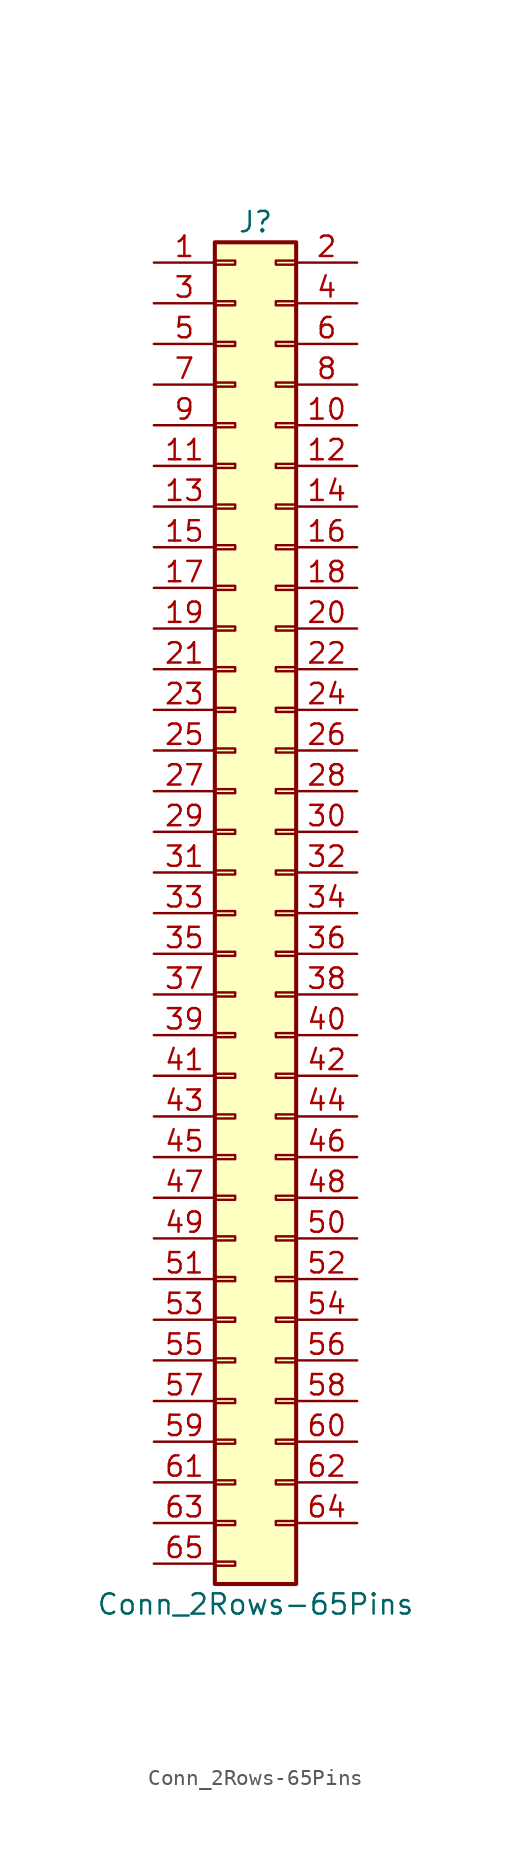
<source format=kicad_sym>
(kicad_symbol_lib
  (version 20211014)
  (generator kicad_symbol_editor)
  (symbol "Conn_2Rows-65Pins"
    (pin_names
      (offset 1.016) hide)
    (property "Reference" "J"
      (at 1.27 43.18 0)
      (effects (font (size 1.27 1.27))))
    (property "Value" "Conn_2Rows-65Pins"
      (at 1.27 -43.18 0)
      (effects (font (size 1.27 1.27))))
    (symbol "Conn_2Rows-65Pins_1_1"
      (rectangle (start -1.27 -40.513) (end 0 -40.767) (stroke (width 0.152) (type default) (color 0 0 0 0)) (fill (type none)))
      (rectangle (start -1.27 -37.973) (end 0 -38.227) (stroke (width 0.152) (type default) (color 0 0 0 0)) (fill (type none)))
      (rectangle (start -1.27 -35.433) (end 0 -35.687) (stroke (width 0.152) (type default) (color 0 0 0 0)) (fill (type none)))
      (rectangle (start -1.27 -32.893) (end 0 -33.147) (stroke (width 0.152) (type default) (color 0 0 0 0)) (fill (type none)))
      (rectangle (start -1.27 -30.353) (end 0 -30.607) (stroke (width 0.152) (type default) (color 0 0 0 0)) (fill (type none)))
      (rectangle (start -1.27 -27.813) (end 0 -28.067) (stroke (width 0.152) (type default) (color 0 0 0 0)) (fill (type none)))
      (rectangle (start -1.27 -25.273) (end 0 -25.527) (stroke (width 0.152) (type default) (color 0 0 0 0)) (fill (type none)))
      (rectangle (start -1.27 -22.733) (end 0 -22.987) (stroke (width 0.152) (type default) (color 0 0 0 0)) (fill (type none)))
      (rectangle (start -1.27 -20.193) (end 0 -20.447) (stroke (width 0.152) (type default) (color 0 0 0 0)) (fill (type none)))
      (rectangle (start -1.27 -17.653) (end 0 -17.907) (stroke (width 0.152) (type default) (color 0 0 0 0)) (fill (type none)))
      (rectangle (start -1.27 -15.113) (end 0 -15.367) (stroke (width 0.152) (type default) (color 0 0 0 0)) (fill (type none)))
      (rectangle (start -1.27 -12.573) (end 0 -12.827) (stroke (width 0.152) (type default) (color 0 0 0 0)) (fill (type none)))
      (rectangle (start -1.27 -10.033) (end 0 -10.287) (stroke (width 0.152) (type default) (color 0 0 0 0)) (fill (type none)))
      (rectangle (start -1.27 -7.493) (end 0 -7.747) (stroke (width 0.152) (type default) (color 0 0 0 0)) (fill (type none)))
      (rectangle (start -1.27 -4.953) (end 0 -5.207) (stroke (width 0.152) (type default) (color 0 0 0 0)) (fill (type none)))
      (rectangle (start -1.27 -2.413) (end 0 -2.667) (stroke (width 0.152) (type default) (color 0 0 0 0)) (fill (type none)))
      (rectangle (start -1.27 0.127) (end 0 -0.127) (stroke (width 0.152) (type default) (color 0 0 0 0)) (fill (type none)))
      (rectangle (start -1.27 2.667) (end 0 2.413) (stroke (width 0.152) (type default) (color 0 0 0 0)) (fill (type none)))
      (rectangle (start -1.27 5.207) (end 0 4.953) (stroke (width 0.152) (type default) (color 0 0 0 0)) (fill (type none)))
      (rectangle (start -1.27 7.747) (end 0 7.493) (stroke (width 0.152) (type default) (color 0 0 0 0)) (fill (type none)))
      (rectangle (start -1.27 10.287) (end 0 10.033) (stroke (width 0.152) (type default) (color 0 0 0 0)) (fill (type none)))
      (rectangle (start -1.27 12.827) (end 0 12.573) (stroke (width 0.152) (type default) (color 0 0 0 0)) (fill (type none)))
      (rectangle (start -1.27 15.367) (end 0 15.113) (stroke (width 0.152) (type default) (color 0 0 0 0)) (fill (type none)))
      (rectangle (start -1.27 17.907) (end 0 17.653) (stroke (width 0.152) (type default) (color 0 0 0 0)) (fill (type none)))
      (rectangle (start -1.27 20.447) (end 0 20.193) (stroke (width 0.152) (type default) (color 0 0 0 0)) (fill (type none)))
      (rectangle (start -1.27 22.987) (end 0 22.733) (stroke (width 0.152) (type default) (color 0 0 0 0)) (fill (type none)))
      (rectangle (start -1.27 25.527) (end 0 25.273) (stroke (width 0.152) (type default) (color 0 0 0 0)) (fill (type none)))
      (rectangle (start -1.27 28.067) (end 0 27.813) (stroke (width 0.152) (type default) (color 0 0 0 0)) (fill (type none)))
      (rectangle (start -1.27 30.607) (end 0 30.353) (stroke (width 0.152) (type default) (color 0 0 0 0)) (fill (type none)))
      (rectangle (start -1.27 33.147) (end 0 32.893) (stroke (width 0.152) (type default) (color 0 0 0 0)) (fill (type none)))
      (rectangle (start -1.27 35.687) (end 0 35.433) (stroke (width 0.152) (type default) (color 0 0 0 0)) (fill (type none)))
      (rectangle (start -1.27 38.227) (end 0 37.973) (stroke (width 0.152) (type default) (color 0 0 0 0)) (fill (type none)))
      (rectangle (start -1.27 40.767) (end 0 40.513) (stroke (width 0.152) (type default) (color 0 0 0 0)) (fill (type none)))
      (rectangle (start -1.27 41.91) (end 3.81 -41.91) (stroke (width 0.254) (type default) (color 0 0 0 0)) (fill (type background)))
      (rectangle (start 3.81 -37.973) (end 2.54 -38.227) (stroke (width 0.152) (type default) (color 0 0 0 0)) (fill (type none)))
      (rectangle (start 3.81 -35.433) (end 2.54 -35.687) (stroke (width 0.152) (type default) (color 0 0 0 0)) (fill (type none)))
      (rectangle (start 3.81 -32.893) (end 2.54 -33.147) (stroke (width 0.152) (type default) (color 0 0 0 0)) (fill (type none)))
      (rectangle (start 3.81 -30.353) (end 2.54 -30.607) (stroke (width 0.152) (type default) (color 0 0 0 0)) (fill (type none)))
      (rectangle (start 3.81 -27.813) (end 2.54 -28.067) (stroke (width 0.152) (type default) (color 0 0 0 0)) (fill (type none)))
      (rectangle (start 3.81 -25.273) (end 2.54 -25.527) (stroke (width 0.152) (type default) (color 0 0 0 0)) (fill (type none)))
      (rectangle (start 3.81 -22.733) (end 2.54 -22.987) (stroke (width 0.152) (type default) (color 0 0 0 0)) (fill (type none)))
      (rectangle (start 3.81 -20.193) (end 2.54 -20.447) (stroke (width 0.152) (type default) (color 0 0 0 0)) (fill (type none)))
      (rectangle (start 3.81 -17.653) (end 2.54 -17.907) (stroke (width 0.152) (type default) (color 0 0 0 0)) (fill (type none)))
      (rectangle (start 3.81 -15.113) (end 2.54 -15.367) (stroke (width 0.152) (type default) (color 0 0 0 0)) (fill (type none)))
      (rectangle (start 3.81 -12.573) (end 2.54 -12.827) (stroke (width 0.152) (type default) (color 0 0 0 0)) (fill (type none)))
      (rectangle (start 3.81 -10.033) (end 2.54 -10.287) (stroke (width 0.152) (type default) (color 0 0 0 0)) (fill (type none)))
      (rectangle (start 3.81 -7.493) (end 2.54 -7.747) (stroke (width 0.152) (type default) (color 0 0 0 0)) (fill (type none)))
      (rectangle (start 3.81 -4.953) (end 2.54 -5.207) (stroke (width 0.152) (type default) (color 0 0 0 0)) (fill (type none)))
      (rectangle (start 3.81 -2.413) (end 2.54 -2.667) (stroke (width 0.152) (type default) (color 0 0 0 0)) (fill (type none)))
      (rectangle (start 3.81 0.127) (end 2.54 -0.127) (stroke (width 0.152) (type default) (color 0 0 0 0)) (fill (type none)))
      (rectangle (start 3.81 2.667) (end 2.54 2.413) (stroke (width 0.152) (type default) (color 0 0 0 0)) (fill (type none)))
      (rectangle (start 3.81 5.207) (end 2.54 4.953) (stroke (width 0.152) (type default) (color 0 0 0 0)) (fill (type none)))
      (rectangle (start 3.81 7.747) (end 2.54 7.493) (stroke (width 0.152) (type default) (color 0 0 0 0)) (fill (type none)))
      (rectangle (start 3.81 10.287) (end 2.54 10.033) (stroke (width 0.152) (type default) (color 0 0 0 0)) (fill (type none)))
      (rectangle (start 3.81 12.827) (end 2.54 12.573) (stroke (width 0.152) (type default) (color 0 0 0 0)) (fill (type none)))
      (rectangle (start 3.81 15.367) (end 2.54 15.113) (stroke (width 0.152) (type default) (color 0 0 0 0)) (fill (type none)))
      (rectangle (start 3.81 17.907) (end 2.54 17.653) (stroke (width 0.152) (type default) (color 0 0 0 0)) (fill (type none)))
      (rectangle (start 3.81 20.447) (end 2.54 20.193) (stroke (width 0.152) (type default) (color 0 0 0 0)) (fill (type none)))
      (rectangle (start 3.81 22.987) (end 2.54 22.733) (stroke (width 0.152) (type default) (color 0 0 0 0)) (fill (type none)))
      (rectangle (start 3.81 25.527) (end 2.54 25.273) (stroke (width 0.152) (type default) (color 0 0 0 0)) (fill (type none)))
      (rectangle (start 3.81 28.067) (end 2.54 27.813) (stroke (width 0.152) (type default) (color 0 0 0 0)) (fill (type none)))
      (rectangle (start 3.81 30.607) (end 2.54 30.353) (stroke (width 0.152) (type default) (color 0 0 0 0)) (fill (type none)))
      (rectangle (start 3.81 33.147) (end 2.54 32.893) (stroke (width 0.152) (type default) (color 0 0 0 0)) (fill (type none)))
      (rectangle (start 3.81 35.687) (end 2.54 35.433) (stroke (width 0.152) (type default) (color 0 0 0 0)) (fill (type none)))
      (rectangle (start 3.81 38.227) (end 2.54 37.973) (stroke (width 0.152) (type default) (color 0 0 0 0)) (fill (type none)))
      (rectangle (start 3.81 40.767) (end 2.54 40.513) (stroke (width 0.152) (type default) (color 0 0 0 0)) (fill (type none)))
      (pin passive line (at -5.08 40.64 0) (length 3.81) (name "Pin_1" (effects (font (size 1.27 1.27)))) (number "1" (effects (font (size 1.27 1.27)))))
      (pin passive line (at 7.62 30.48 180) (length 3.81) (name "Pin_10" (effects (font (size 1.27 1.27)))) (number "10" (effects (font (size 1.27 1.27)))))
      (pin passive line (at -5.08 27.94 0) (length 3.81) (name "Pin_11" (effects (font (size 1.27 1.27)))) (number "11" (effects (font (size 1.27 1.27)))))
      (pin passive line (at 7.62 27.94 180) (length 3.81) (name "Pin_12" (effects (font (size 1.27 1.27)))) (number "12" (effects (font (size 1.27 1.27)))))
      (pin passive line (at -5.08 25.4 0) (length 3.81) (name "Pin_13" (effects (font (size 1.27 1.27)))) (number "13" (effects (font (size 1.27 1.27)))))
      (pin passive line (at 7.62 25.4 180) (length 3.81) (name "Pin_14" (effects (font (size 1.27 1.27)))) (number "14" (effects (font (size 1.27 1.27)))))
      (pin passive line (at -5.08 22.86 0) (length 3.81) (name "Pin_15" (effects (font (size 1.27 1.27)))) (number "15" (effects (font (size 1.27 1.27)))))
      (pin passive line (at 7.62 22.86 180) (length 3.81) (name "Pin_16" (effects (font (size 1.27 1.27)))) (number "16" (effects (font (size 1.27 1.27)))))
      (pin passive line (at -5.08 20.32 0) (length 3.81) (name "Pin_17" (effects (font (size 1.27 1.27)))) (number "17" (effects (font (size 1.27 1.27)))))
      (pin passive line (at 7.62 20.32 180) (length 3.81) (name "Pin_18" (effects (font (size 1.27 1.27)))) (number "18" (effects (font (size 1.27 1.27)))))
      (pin passive line (at -5.08 17.78 0) (length 3.81) (name "Pin_19" (effects (font (size 1.27 1.27)))) (number "19" (effects (font (size 1.27 1.27)))))
      (pin passive line (at 7.62 40.64 180) (length 3.81) (name "Pin_2" (effects (font (size 1.27 1.27)))) (number "2" (effects (font (size 1.27 1.27)))))
      (pin passive line (at 7.62 17.78 180) (length 3.81) (name "Pin_20" (effects (font (size 1.27 1.27)))) (number "20" (effects (font (size 1.27 1.27)))))
      (pin passive line (at -5.08 15.24 0) (length 3.81) (name "Pin_21" (effects (font (size 1.27 1.27)))) (number "21" (effects (font (size 1.27 1.27)))))
      (pin passive line (at 7.62 15.24 180) (length 3.81) (name "Pin_22" (effects (font (size 1.27 1.27)))) (number "22" (effects (font (size 1.27 1.27)))))
      (pin passive line (at -5.08 12.7 0) (length 3.81) (name "Pin_23" (effects (font (size 1.27 1.27)))) (number "23" (effects (font (size 1.27 1.27)))))
      (pin passive line (at 7.62 12.7 180) (length 3.81) (name "Pin_24" (effects (font (size 1.27 1.27)))) (number "24" (effects (font (size 1.27 1.27)))))
      (pin passive line (at -5.08 10.16 0) (length 3.81) (name "Pin_25" (effects (font (size 1.27 1.27)))) (number "25" (effects (font (size 1.27 1.27)))))
      (pin passive line (at 7.62 10.16 180) (length 3.81) (name "Pin_26" (effects (font (size 1.27 1.27)))) (number "26" (effects (font (size 1.27 1.27)))))
      (pin passive line (at -5.08 7.62 0) (length 3.81) (name "Pin_27" (effects (font (size 1.27 1.27)))) (number "27" (effects (font (size 1.27 1.27)))))
      (pin passive line (at 7.62 7.62 180) (length 3.81) (name "Pin_28" (effects (font (size 1.27 1.27)))) (number "28" (effects (font (size 1.27 1.27)))))
      (pin passive line (at -5.08 5.08 0) (length 3.81) (name "Pin_29" (effects (font (size 1.27 1.27)))) (number "29" (effects (font (size 1.27 1.27)))))
      (pin passive line (at -5.08 38.1 0) (length 3.81) (name "Pin_3" (effects (font (size 1.27 1.27)))) (number "3" (effects (font (size 1.27 1.27)))))
      (pin passive line (at 7.62 5.08 180) (length 3.81) (name "Pin_30" (effects (font (size 1.27 1.27)))) (number "30" (effects (font (size 1.27 1.27)))))
      (pin passive line (at -5.08 2.54 0) (length 3.81) (name "Pin_31" (effects (font (size 1.27 1.27)))) (number "31" (effects (font (size 1.27 1.27)))))
      (pin passive line (at 7.62 2.54 180) (length 3.81) (name "Pin_32" (effects (font (size 1.27 1.27)))) (number "32" (effects (font (size 1.27 1.27)))))
      (pin passive line (at -5.08 0 0) (length 3.81) (name "Pin_33" (effects (font (size 1.27 1.27)))) (number "33" (effects (font (size 1.27 1.27)))))
      (pin passive line (at 7.62 0 180) (length 3.81) (name "Pin_34" (effects (font (size 1.27 1.27)))) (number "34" (effects (font (size 1.27 1.27)))))
      (pin passive line (at -5.08 -2.54 0) (length 3.81) (name "Pin_35" (effects (font (size 1.27 1.27)))) (number "35" (effects (font (size 1.27 1.27)))))
      (pin passive line (at 7.62 -2.54 180) (length 3.81) (name "Pin_36" (effects (font (size 1.27 1.27)))) (number "36" (effects (font (size 1.27 1.27)))))
      (pin passive line (at -5.08 -5.08 0) (length 3.81) (name "Pin_37" (effects (font (size 1.27 1.27)))) (number "37" (effects (font (size 1.27 1.27)))))
      (pin passive line (at 7.62 -5.08 180) (length 3.81) (name "Pin_38" (effects (font (size 1.27 1.27)))) (number "38" (effects (font (size 1.27 1.27)))))
      (pin passive line (at -5.08 -7.62 0) (length 3.81) (name "Pin_39" (effects (font (size 1.27 1.27)))) (number "39" (effects (font (size 1.27 1.27)))))
      (pin passive line (at 7.62 38.1 180) (length 3.81) (name "Pin_4" (effects (font (size 1.27 1.27)))) (number "4" (effects (font (size 1.27 1.27)))))
      (pin passive line (at 7.62 -7.62 180) (length 3.81) (name "Pin_40" (effects (font (size 1.27 1.27)))) (number "40" (effects (font (size 1.27 1.27)))))
      (pin passive line (at -5.08 -10.16 0) (length 3.81) (name "Pin_41" (effects (font (size 1.27 1.27)))) (number "41" (effects (font (size 1.27 1.27)))))
      (pin passive line (at 7.62 -10.16 180) (length 3.81) (name "Pin_42" (effects (font (size 1.27 1.27)))) (number "42" (effects (font (size 1.27 1.27)))))
      (pin passive line (at -5.08 -12.7 0) (length 3.81) (name "Pin_43" (effects (font (size 1.27 1.27)))) (number "43" (effects (font (size 1.27 1.27)))))
      (pin passive line (at 7.62 -12.7 180) (length 3.81) (name "Pin_44" (effects (font (size 1.27 1.27)))) (number "44" (effects (font (size 1.27 1.27)))))
      (pin passive line (at -5.08 -15.24 0) (length 3.81) (name "Pin_45" (effects (font (size 1.27 1.27)))) (number "45" (effects (font (size 1.27 1.27)))))
      (pin passive line (at 7.62 -15.24 180) (length 3.81) (name "Pin_46" (effects (font (size 1.27 1.27)))) (number "46" (effects (font (size 1.27 1.27)))))
      (pin passive line (at -5.08 -17.78 0) (length 3.81) (name "Pin_47" (effects (font (size 1.27 1.27)))) (number "47" (effects (font (size 1.27 1.27)))))
      (pin passive line (at 7.62 -17.78 180) (length 3.81) (name "Pin_48" (effects (font (size 1.27 1.27)))) (number "48" (effects (font (size 1.27 1.27)))))
      (pin passive line (at -5.08 -20.32 0) (length 3.81) (name "Pin_49" (effects (font (size 1.27 1.27)))) (number "49" (effects (font (size 1.27 1.27)))))
      (pin passive line (at -5.08 35.56 0) (length 3.81) (name "Pin_5" (effects (font (size 1.27 1.27)))) (number "5" (effects (font (size 1.27 1.27)))))
      (pin passive line (at 7.62 -20.32 180) (length 3.81) (name "Pin_50" (effects (font (size 1.27 1.27)))) (number "50" (effects (font (size 1.27 1.27)))))
      (pin passive line (at -5.08 -22.86 0) (length 3.81) (name "Pin_51" (effects (font (size 1.27 1.27)))) (number "51" (effects (font (size 1.27 1.27)))))
      (pin passive line (at 7.62 -22.86 180) (length 3.81) (name "Pin_52" (effects (font (size 1.27 1.27)))) (number "52" (effects (font (size 1.27 1.27)))))
      (pin passive line (at -5.08 -25.4 0) (length 3.81) (name "Pin_53" (effects (font (size 1.27 1.27)))) (number "53" (effects (font (size 1.27 1.27)))))
      (pin passive line (at 7.62 -25.4 180) (length 3.81) (name "Pin_54" (effects (font (size 1.27 1.27)))) (number "54" (effects (font (size 1.27 1.27)))))
      (pin passive line (at -5.08 -27.94 0) (length 3.81) (name "Pin_55" (effects (font (size 1.27 1.27)))) (number "55" (effects (font (size 1.27 1.27)))))
      (pin passive line (at 7.62 -27.94 180) (length 3.81) (name "Pin_56" (effects (font (size 1.27 1.27)))) (number "56" (effects (font (size 1.27 1.27)))))
      (pin passive line (at -5.08 -30.48 0) (length 3.81) (name "Pin_57" (effects (font (size 1.27 1.27)))) (number "57" (effects (font (size 1.27 1.27)))))
      (pin passive line (at 7.62 -30.48 180) (length 3.81) (name "Pin_58" (effects (font (size 1.27 1.27)))) (number "58" (effects (font (size 1.27 1.27)))))
      (pin passive line (at -5.08 -33.02 0) (length 3.81) (name "Pin_59" (effects (font (size 1.27 1.27)))) (number "59" (effects (font (size 1.27 1.27)))))
      (pin passive line (at 7.62 35.56 180) (length 3.81) (name "Pin_6" (effects (font (size 1.27 1.27)))) (number "6" (effects (font (size 1.27 1.27)))))
      (pin passive line (at 7.62 -33.02 180) (length 3.81) (name "Pin_60" (effects (font (size 1.27 1.27)))) (number "60" (effects (font (size 1.27 1.27)))))
      (pin passive line (at -5.08 -35.56 0) (length 3.81) (name "Pin_61" (effects (font (size 1.27 1.27)))) (number "61" (effects (font (size 1.27 1.27)))))
      (pin passive line (at 7.62 -35.56 180) (length 3.81) (name "Pin_62" (effects (font (size 1.27 1.27)))) (number "62" (effects (font (size 1.27 1.27)))))
      (pin passive line (at -5.08 -38.1 0) (length 3.81) (name "Pin_63" (effects (font (size 1.27 1.27)))) (number "63" (effects (font (size 1.27 1.27)))))
      (pin passive line (at 7.62 -38.1 180) (length 3.81) (name "Pin_64" (effects (font (size 1.27 1.27)))) (number "64" (effects (font (size 1.27 1.27)))))
      (pin passive line (at -5.08 -40.64 0) (length 3.81) (name "Pin_65" (effects (font (size 1.27 1.27)))) (number "65" (effects (font (size 1.27 1.27)))))
      (pin passive line (at -5.08 33.02 0) (length 3.81) (name "Pin_7" (effects (font (size 1.27 1.27)))) (number "7" (effects (font (size 1.27 1.27)))))
      (pin passive line (at 7.62 33.02 180) (length 3.81) (name "Pin_8" (effects (font (size 1.27 1.27)))) (number "8" (effects (font (size 1.27 1.27)))))
      (pin passive line (at -5.08 30.48 0) (length 3.81) (name "Pin_9" (effects (font (size 1.27 1.27)))) (number "9" (effects (font (size 1.27 1.27))))))))
</source>
